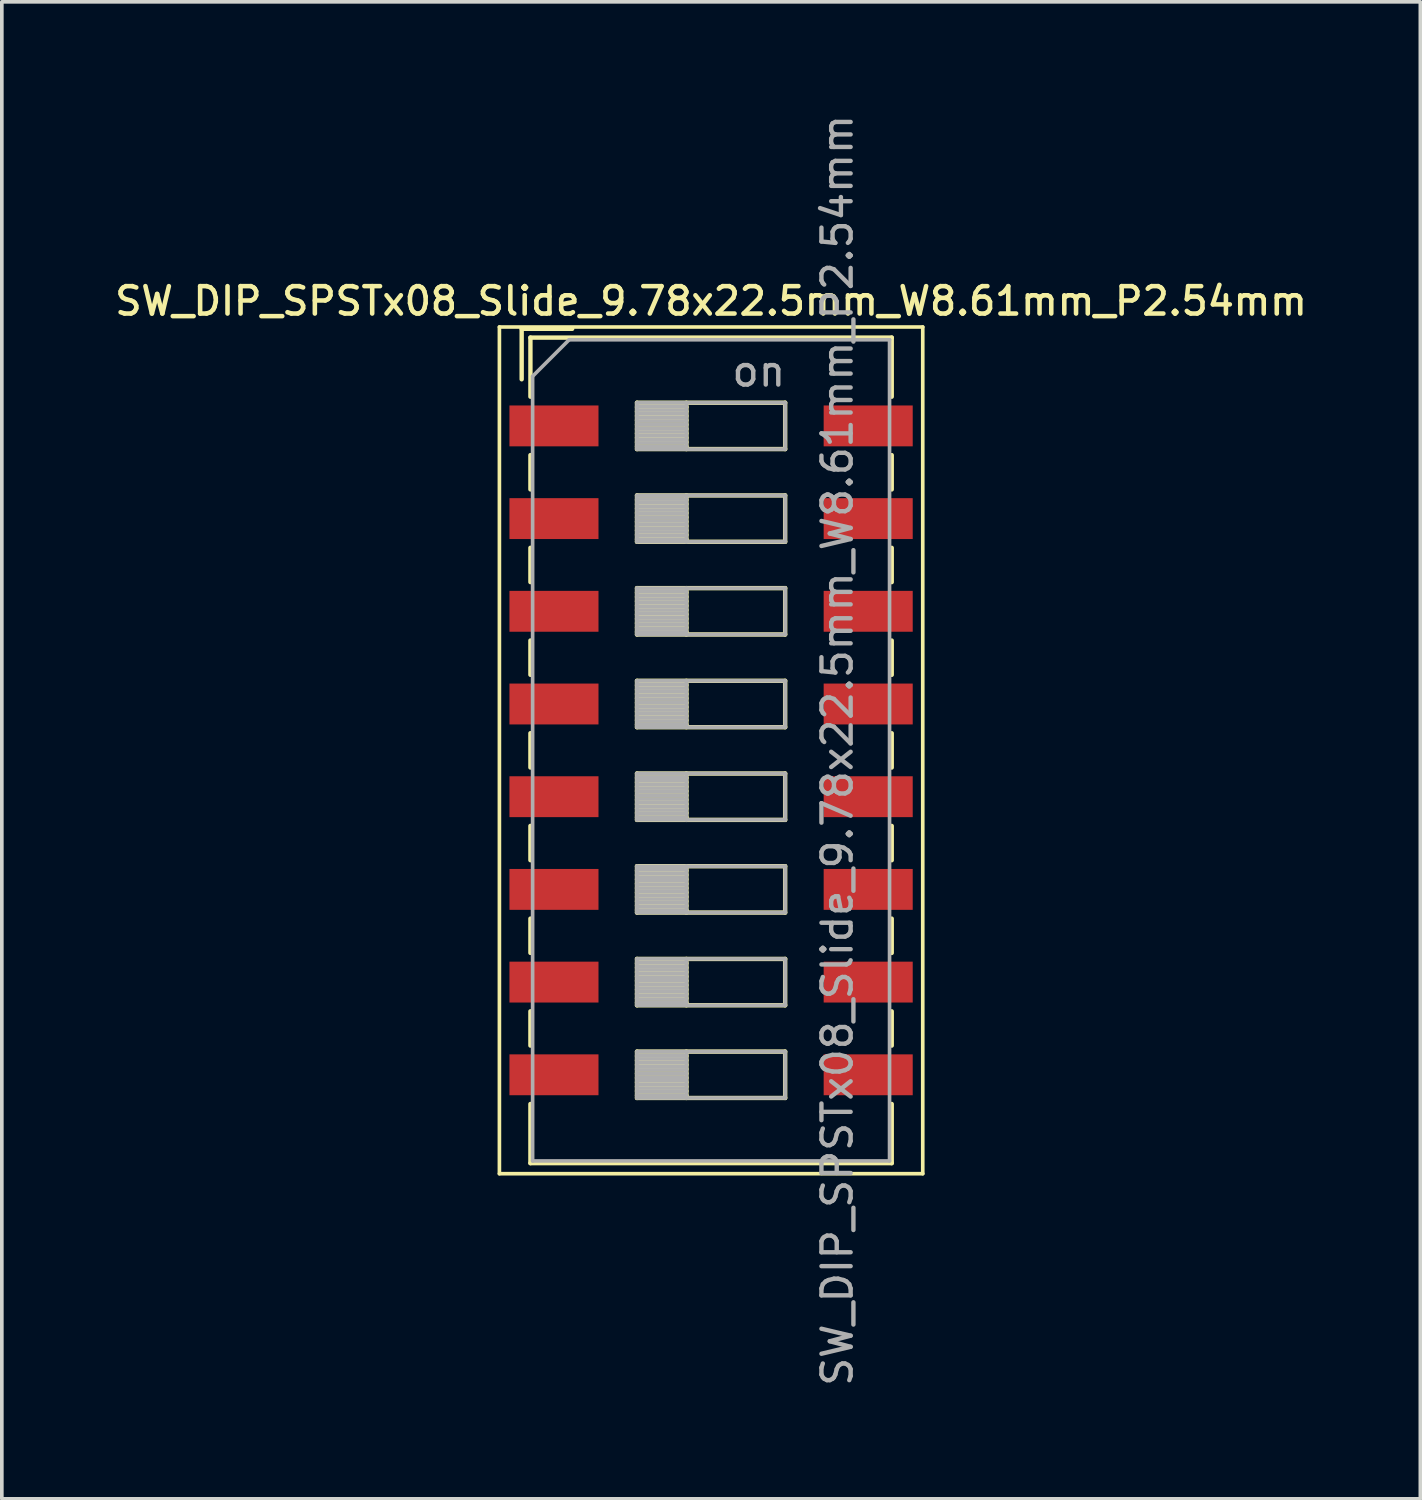
<source format=kicad_pcb>
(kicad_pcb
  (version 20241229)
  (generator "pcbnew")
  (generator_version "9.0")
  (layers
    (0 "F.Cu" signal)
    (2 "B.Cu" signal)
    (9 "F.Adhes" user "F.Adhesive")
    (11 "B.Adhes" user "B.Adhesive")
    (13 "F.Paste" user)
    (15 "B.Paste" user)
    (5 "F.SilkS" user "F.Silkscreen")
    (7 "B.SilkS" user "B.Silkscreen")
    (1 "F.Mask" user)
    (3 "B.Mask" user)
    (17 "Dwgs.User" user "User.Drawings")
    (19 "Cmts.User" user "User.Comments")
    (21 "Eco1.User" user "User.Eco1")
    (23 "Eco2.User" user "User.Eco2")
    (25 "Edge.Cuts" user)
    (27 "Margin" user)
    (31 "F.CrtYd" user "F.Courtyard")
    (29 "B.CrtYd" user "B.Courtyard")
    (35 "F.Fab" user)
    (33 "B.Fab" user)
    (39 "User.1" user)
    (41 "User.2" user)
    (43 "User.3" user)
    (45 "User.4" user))
  (footprint "SW_DIP_SPSTx08_Slide_9.78x22.5mm_W8.61mm_P2.54mm"
    (layer "F.Cu")
    (at 16.434 17.51)
    (property "Reference" "SW_DIP_SPSTx08_Slide_9.78x22.5mm_W8.61mm_P2.54mm" (at 0 -12.31 0) (layer "F.SilkS") (effects (font (size 0.75 0.75) (thickness 0.125))))
    (attr smd)
    (fp_line (start -5.8 -11.6) (end -5.8 11.6) (stroke (width 0.1) (type solid)) (layer "F.SilkS"))
    (fp_line (start -5.8 11.6) (end 5.8 11.6) (stroke (width 0.1) (type solid)) (layer "F.SilkS"))
    (fp_line (start -5.19 -11.55) (end -5.19 -10.167) (stroke (width 0.12) (type solid)) (layer "F.SilkS"))
    (fp_line (start -5.19 -11.55) (end -3.806 -11.55) (stroke (width 0.12) (type solid)) (layer "F.SilkS"))
    (fp_line (start -4.95 -11.31) (end -4.95 -9.69) (stroke (width 0.12) (type solid)) (layer "F.SilkS"))
    (fp_line (start -4.95 -11.31) (end 4.95 -11.31) (stroke (width 0.12) (type solid)) (layer "F.SilkS"))
    (fp_line (start -4.95 -8.09) (end -4.95 -7.15) (stroke (width 0.12) (type solid)) (layer "F.SilkS"))
    (fp_line (start -4.95 -5.55) (end -4.95 -4.61) (stroke (width 0.12) (type solid)) (layer "F.SilkS"))
    (fp_line (start -4.95 -3.01) (end -4.95 -2.07) (stroke (width 0.12) (type solid)) (layer "F.SilkS"))
    (fp_line (start -4.95 -0.47) (end -4.95 0.47) (stroke (width 0.12) (type solid)) (layer "F.SilkS"))
    (fp_line (start -4.95 2.07) (end -4.95 3.01) (stroke (width 0.12) (type solid)) (layer "F.SilkS"))
    (fp_line (start -4.95 4.61) (end -4.95 5.55) (stroke (width 0.12) (type solid)) (layer "F.SilkS"))
    (fp_line (start -4.95 7.15) (end -4.95 8.09) (stroke (width 0.12) (type solid)) (layer "F.SilkS"))
    (fp_line (start -4.95 9.69) (end -4.95 11.311) (stroke (width 0.12) (type solid)) (layer "F.SilkS"))
    (fp_line (start -4.95 11.311) (end 4.95 11.311) (stroke (width 0.12) (type solid)) (layer "F.SilkS"))
    (fp_line (start -2.03 -9.525) (end -2.03 -8.255) (stroke (width 0.12) (type solid)) (layer "F.SilkS"))
    (fp_line (start -2.03 -9.405) (end -0.677 -9.405) (stroke (width 0.12) (type solid)) (layer "F.SilkS"))
    (fp_line (start -2.03 -9.285) (end -0.677 -9.285) (stroke (width 0.12) (type solid)) (layer "F.SilkS"))
    (fp_line (start -2.03 -9.165) (end -0.677 -9.165) (stroke (width 0.12) (type solid)) (layer "F.SilkS"))
    (fp_line (start -2.03 -9.045) (end -0.677 -9.045) (stroke (width 0.12) (type solid)) (layer "F.SilkS"))
    (fp_line (start -2.03 -8.925) (end -0.677 -8.925) (stroke (width 0.12) (type solid)) (layer "F.SilkS"))
    (fp_line (start -2.03 -8.805) (end -0.677 -8.805) (stroke (width 0.12) (type solid)) (layer "F.SilkS"))
    (fp_line (start -2.03 -8.685) (end -0.677 -8.685) (stroke (width 0.12) (type solid)) (layer "F.SilkS"))
    (fp_line (start -2.03 -8.565) (end -0.677 -8.565) (stroke (width 0.12) (type solid)) (layer "F.SilkS"))
    (fp_line (start -2.03 -8.445) (end -0.677 -8.445) (stroke (width 0.12) (type solid)) (layer "F.SilkS"))
    (fp_line (start -2.03 -8.325) (end -0.677 -8.325) (stroke (width 0.12) (type solid)) (layer "F.SilkS"))
    (fp_line (start -2.03 -8.255) (end 2.03 -8.255) (stroke (width 0.12) (type solid)) (layer "F.SilkS"))
    (fp_line (start -2.03 -6.985) (end -2.03 -5.715) (stroke (width 0.12) (type solid)) (layer "F.SilkS"))
    (fp_line (start -2.03 -6.865) (end -0.677 -6.865) (stroke (width 0.12) (type solid)) (layer "F.SilkS"))
    (fp_line (start -2.03 -6.745) (end -0.677 -6.745) (stroke (width 0.12) (type solid)) (layer "F.SilkS"))
    (fp_line (start -2.03 -6.625) (end -0.677 -6.625) (stroke (width 0.12) (type solid)) (layer "F.SilkS"))
    (fp_line (start -2.03 -6.505) (end -0.677 -6.505) (stroke (width 0.12) (type solid)) (layer "F.SilkS"))
    (fp_line (start -2.03 -6.385) (end -0.677 -6.385) (stroke (width 0.12) (type solid)) (layer "F.SilkS"))
    (fp_line (start -2.03 -6.265) (end -0.677 -6.265) (stroke (width 0.12) (type solid)) (layer "F.SilkS"))
    (fp_line (start -2.03 -6.145) (end -0.677 -6.145) (stroke (width 0.12) (type solid)) (layer "F.SilkS"))
    (fp_line (start -2.03 -6.025) (end -0.677 -6.025) (stroke (width 0.12) (type solid)) (layer "F.SilkS"))
    (fp_line (start -2.03 -5.905) (end -0.677 -5.905) (stroke (width 0.12) (type solid)) (layer "F.SilkS"))
    (fp_line (start -2.03 -5.785) (end -0.677 -5.785) (stroke (width 0.12) (type solid)) (layer "F.SilkS"))
    (fp_line (start -2.03 -5.715) (end 2.03 -5.715) (stroke (width 0.12) (type solid)) (layer "F.SilkS"))
    (fp_line (start -2.03 -4.445) (end -2.03 -3.175) (stroke (width 0.12) (type solid)) (layer "F.SilkS"))
    (fp_line (start -2.03 -4.325) (end -0.677 -4.325) (stroke (width 0.12) (type solid)) (layer "F.SilkS"))
    (fp_line (start -2.03 -4.205) (end -0.677 -4.205) (stroke (width 0.12) (type solid)) (layer "F.SilkS"))
    (fp_line (start -2.03 -4.085) (end -0.677 -4.085) (stroke (width 0.12) (type solid)) (layer "F.SilkS"))
    (fp_line (start -2.03 -3.965) (end -0.677 -3.965) (stroke (width 0.12) (type solid)) (layer "F.SilkS"))
    (fp_line (start -2.03 -3.845) (end -0.677 -3.845) (stroke (width 0.12) (type solid)) (layer "F.SilkS"))
    (fp_line (start -2.03 -3.725) (end -0.677 -3.725) (stroke (width 0.12) (type solid)) (layer "F.SilkS"))
    (fp_line (start -2.03 -3.605) (end -0.677 -3.605) (stroke (width 0.12) (type solid)) (layer "F.SilkS"))
    (fp_line (start -2.03 -3.485) (end -0.677 -3.485) (stroke (width 0.12) (type solid)) (layer "F.SilkS"))
    (fp_line (start -2.03 -3.365) (end -0.677 -3.365) (stroke (width 0.12) (type solid)) (layer "F.SilkS"))
    (fp_line (start -2.03 -3.245) (end -0.677 -3.245) (stroke (width 0.12) (type solid)) (layer "F.SilkS"))
    (fp_line (start -2.03 -3.175) (end 2.03 -3.175) (stroke (width 0.12) (type solid)) (layer "F.SilkS"))
    (fp_line (start -2.03 -1.905) (end -2.03 -0.635) (stroke (width 0.12) (type solid)) (layer "F.SilkS"))
    (fp_line (start -2.03 -1.785) (end -0.677 -1.785) (stroke (width 0.12) (type solid)) (layer "F.SilkS"))
    (fp_line (start -2.03 -1.665) (end -0.677 -1.665) (stroke (width 0.12) (type solid)) (layer "F.SilkS"))
    (fp_line (start -2.03 -1.545) (end -0.677 -1.545) (stroke (width 0.12) (type solid)) (layer "F.SilkS"))
    (fp_line (start -2.03 -1.425) (end -0.677 -1.425) (stroke (width 0.12) (type solid)) (layer "F.SilkS"))
    (fp_line (start -2.03 -1.305) (end -0.677 -1.305) (stroke (width 0.12) (type solid)) (layer "F.SilkS"))
    (fp_line (start -2.03 -1.185) (end -0.677 -1.185) (stroke (width 0.12) (type solid)) (layer "F.SilkS"))
    (fp_line (start -2.03 -1.065) (end -0.677 -1.065) (stroke (width 0.12) (type solid)) (layer "F.SilkS"))
    (fp_line (start -2.03 -0.945) (end -0.677 -0.945) (stroke (width 0.12) (type solid)) (layer "F.SilkS"))
    (fp_line (start -2.03 -0.825) (end -0.677 -0.825) (stroke (width 0.12) (type solid)) (layer "F.SilkS"))
    (fp_line (start -2.03 -0.705) (end -0.677 -0.705) (stroke (width 0.12) (type solid)) (layer "F.SilkS"))
    (fp_line (start -2.03 -0.635) (end 2.03 -0.635) (stroke (width 0.12) (type solid)) (layer "F.SilkS"))
    (fp_line (start -2.03 0.635) (end -2.03 1.905) (stroke (width 0.12) (type solid)) (layer "F.SilkS"))
    (fp_line (start -2.03 0.755) (end -0.677 0.755) (stroke (width 0.12) (type solid)) (layer "F.SilkS"))
    (fp_line (start -2.03 0.875) (end -0.677 0.875) (stroke (width 0.12) (type solid)) (layer "F.SilkS"))
    (fp_line (start -2.03 0.995) (end -0.677 0.995) (stroke (width 0.12) (type solid)) (layer "F.SilkS"))
    (fp_line (start -2.03 1.115) (end -0.677 1.115) (stroke (width 0.12) (type solid)) (layer "F.SilkS"))
    (fp_line (start -2.03 1.235) (end -0.677 1.235) (stroke (width 0.12) (type solid)) (layer "F.SilkS"))
    (fp_line (start -2.03 1.355) (end -0.677 1.355) (stroke (width 0.12) (type solid)) (layer "F.SilkS"))
    (fp_line (start -2.03 1.475) (end -0.677 1.475) (stroke (width 0.12) (type solid)) (layer "F.SilkS"))
    (fp_line (start -2.03 1.595) (end -0.677 1.595) (stroke (width 0.12) (type solid)) (layer "F.SilkS"))
    (fp_line (start -2.03 1.715) (end -0.677 1.715) (stroke (width 0.12) (type solid)) (layer "F.SilkS"))
    (fp_line (start -2.03 1.835) (end -0.677 1.835) (stroke (width 0.12) (type solid)) (layer "F.SilkS"))
    (fp_line (start -2.03 1.905) (end 2.03 1.905) (stroke (width 0.12) (type solid)) (layer "F.SilkS"))
    (fp_line (start -2.03 3.175) (end -2.03 4.445) (stroke (width 0.12) (type solid)) (layer "F.SilkS"))
    (fp_line (start -2.03 3.295) (end -0.677 3.295) (stroke (width 0.12) (type solid)) (layer "F.SilkS"))
    (fp_line (start -2.03 3.415) (end -0.677 3.415) (stroke (width 0.12) (type solid)) (layer "F.SilkS"))
    (fp_line (start -2.03 3.535) (end -0.677 3.535) (stroke (width 0.12) (type solid)) (layer "F.SilkS"))
    (fp_line (start -2.03 3.655) (end -0.677 3.655) (stroke (width 0.12) (type solid)) (layer "F.SilkS"))
    (fp_line (start -2.03 3.775) (end -0.677 3.775) (stroke (width 0.12) (type solid)) (layer "F.SilkS"))
    (fp_line (start -2.03 3.895) (end -0.677 3.895) (stroke (width 0.12) (type solid)) (layer "F.SilkS"))
    (fp_line (start -2.03 4.015) (end -0.677 4.015) (stroke (width 0.12) (type solid)) (layer "F.SilkS"))
    (fp_line (start -2.03 4.135) (end -0.677 4.135) (stroke (width 0.12) (type solid)) (layer "F.SilkS"))
    (fp_line (start -2.03 4.255) (end -0.677 4.255) (stroke (width 0.12) (type solid)) (layer "F.SilkS"))
    (fp_line (start -2.03 4.375) (end -0.677 4.375) (stroke (width 0.12) (type solid)) (layer "F.SilkS"))
    (fp_line (start -2.03 4.445) (end 2.03 4.445) (stroke (width 0.12) (type solid)) (layer "F.SilkS"))
    (fp_line (start -2.03 5.715) (end -2.03 6.985) (stroke (width 0.12) (type solid)) (layer "F.SilkS"))
    (fp_line (start -2.03 5.835) (end -0.677 5.835) (stroke (width 0.12) (type solid)) (layer "F.SilkS"))
    (fp_line (start -2.03 5.955) (end -0.677 5.955) (stroke (width 0.12) (type solid)) (layer "F.SilkS"))
    (fp_line (start -2.03 6.075) (end -0.677 6.075) (stroke (width 0.12) (type solid)) (layer "F.SilkS"))
    (fp_line (start -2.03 6.195) (end -0.677 6.195) (stroke (width 0.12) (type solid)) (layer "F.SilkS"))
    (fp_line (start -2.03 6.315) (end -0.677 6.315) (stroke (width 0.12) (type solid)) (layer "F.SilkS"))
    (fp_line (start -2.03 6.435) (end -0.677 6.435) (stroke (width 0.12) (type solid)) (layer "F.SilkS"))
    (fp_line (start -2.03 6.555) (end -0.677 6.555) (stroke (width 0.12) (type solid)) (layer "F.SilkS"))
    (fp_line (start -2.03 6.675) (end -0.677 6.675) (stroke (width 0.12) (type solid)) (layer "F.SilkS"))
    (fp_line (start -2.03 6.795) (end -0.677 6.795) (stroke (width 0.12) (type solid)) (layer "F.SilkS"))
    (fp_line (start -2.03 6.915) (end -0.677 6.915) (stroke (width 0.12) (type solid)) (layer "F.SilkS"))
    (fp_line (start -2.03 6.985) (end 2.03 6.985) (stroke (width 0.12) (type solid)) (layer "F.SilkS"))
    (fp_line (start -2.03 8.255) (end -2.03 9.525) (stroke (width 0.12) (type solid)) (layer "F.SilkS"))
    (fp_line (start -2.03 8.375) (end -0.677 8.375) (stroke (width 0.12) (type solid)) (layer "F.SilkS"))
    (fp_line (start -2.03 8.495) (end -0.677 8.495) (stroke (width 0.12) (type solid)) (layer "F.SilkS"))
    (fp_line (start -2.03 8.615) (end -0.677 8.615) (stroke (width 0.12) (type solid)) (layer "F.SilkS"))
    (fp_line (start -2.03 8.735) (end -0.677 8.735) (stroke (width 0.12) (type solid)) (layer "F.SilkS"))
    (fp_line (start -2.03 8.855) (end -0.677 8.855) (stroke (width 0.12) (type solid)) (layer "F.SilkS"))
    (fp_line (start -2.03 8.975) (end -0.677 8.975) (stroke (width 0.12) (type solid)) (layer "F.SilkS"))
    (fp_line (start -2.03 9.095) (end -0.677 9.095) (stroke (width 0.12) (type solid)) (layer "F.SilkS"))
    (fp_line (start -2.03 9.215) (end -0.677 9.215) (stroke (width 0.12) (type solid)) (layer "F.SilkS"))
    (fp_line (start -2.03 9.335) (end -0.677 9.335) (stroke (width 0.12) (type solid)) (layer "F.SilkS"))
    (fp_line (start -2.03 9.455) (end -0.677 9.455) (stroke (width 0.12) (type solid)) (layer "F.SilkS"))
    (fp_line (start -2.03 9.525) (end 2.03 9.525) (stroke (width 0.12) (type solid)) (layer "F.SilkS"))
    (fp_line (start -0.677 -9.525) (end -0.677 -8.255) (stroke (width 0.12) (type solid)) (layer "F.SilkS"))
    (fp_line (start -0.677 -6.985) (end -0.677 -5.715) (stroke (width 0.12) (type solid)) (layer "F.SilkS"))
    (fp_line (start -0.677 -4.445) (end -0.677 -3.175) (stroke (width 0.12) (type solid)) (layer "F.SilkS"))
    (fp_line (start -0.677 -1.905) (end -0.677 -0.635) (stroke (width 0.12) (type solid)) (layer "F.SilkS"))
    (fp_line (start -0.677 0.635) (end -0.677 1.905) (stroke (width 0.12) (type solid)) (layer "F.SilkS"))
    (fp_line (start -0.677 3.175) (end -0.677 4.445) (stroke (width 0.12) (type solid)) (layer "F.SilkS"))
    (fp_line (start -0.677 5.715) (end -0.677 6.985) (stroke (width 0.12) (type solid)) (layer "F.SilkS"))
    (fp_line (start -0.677 8.255) (end -0.677 9.525) (stroke (width 0.12) (type solid)) (layer "F.SilkS"))
    (fp_line (start 2.03 -9.525) (end -2.03 -9.525) (stroke (width 0.12) (type solid)) (layer "F.SilkS"))
    (fp_line (start 2.03 -8.255) (end 2.03 -9.525) (stroke (width 0.12) (type solid)) (layer "F.SilkS"))
    (fp_line (start 2.03 -6.985) (end -2.03 -6.985) (stroke (width 0.12) (type solid)) (layer "F.SilkS"))
    (fp_line (start 2.03 -5.715) (end 2.03 -6.985) (stroke (width 0.12) (type solid)) (layer "F.SilkS"))
    (fp_line (start 2.03 -4.445) (end -2.03 -4.445) (stroke (width 0.12) (type solid)) (layer "F.SilkS"))
    (fp_line (start 2.03 -3.175) (end 2.03 -4.445) (stroke (width 0.12) (type solid)) (layer "F.SilkS"))
    (fp_line (start 2.03 -1.905) (end -2.03 -1.905) (stroke (width 0.12) (type solid)) (layer "F.SilkS"))
    (fp_line (start 2.03 -0.635) (end 2.03 -1.905) (stroke (width 0.12) (type solid)) (layer "F.SilkS"))
    (fp_line (start 2.03 0.635) (end -2.03 0.635) (stroke (width 0.12) (type solid)) (layer "F.SilkS"))
    (fp_line (start 2.03 1.905) (end 2.03 0.635) (stroke (width 0.12) (type solid)) (layer "F.SilkS"))
    (fp_line (start 2.03 3.175) (end -2.03 3.175) (stroke (width 0.12) (type solid)) (layer "F.SilkS"))
    (fp_line (start 2.03 4.445) (end 2.03 3.175) (stroke (width 0.12) (type solid)) (layer "F.SilkS"))
    (fp_line (start 2.03 5.715) (end -2.03 5.715) (stroke (width 0.12) (type solid)) (layer "F.SilkS"))
    (fp_line (start 2.03 6.985) (end 2.03 5.715) (stroke (width 0.12) (type solid)) (layer "F.SilkS"))
    (fp_line (start 2.03 8.255) (end -2.03 8.255) (stroke (width 0.12) (type solid)) (layer "F.SilkS"))
    (fp_line (start 2.03 9.525) (end 2.03 8.255) (stroke (width 0.12) (type solid)) (layer "F.SilkS"))
    (fp_line (start 4.95 -11.31) (end 4.95 -9.69) (stroke (width 0.12) (type solid)) (layer "F.SilkS"))
    (fp_line (start 4.95 -8.089) (end 4.95 -7.149) (stroke (width 0.12) (type solid)) (layer "F.SilkS"))
    (fp_line (start 4.95 -5.549) (end 4.95 -4.609) (stroke (width 0.12) (type solid)) (layer "F.SilkS"))
    (fp_line (start 4.95 -3.009) (end 4.95 -2.069) (stroke (width 0.12) (type solid)) (layer "F.SilkS"))
    (fp_line (start 4.95 -0.469) (end 4.95 0.471) (stroke (width 0.12) (type solid)) (layer "F.SilkS"))
    (fp_line (start 4.95 2.071) (end 4.95 3.011) (stroke (width 0.12) (type solid)) (layer "F.SilkS"))
    (fp_line (start 4.95 4.611) (end 4.95 5.551) (stroke (width 0.12) (type solid)) (layer "F.SilkS"))
    (fp_line (start 4.95 7.151) (end 4.95 8.09) (stroke (width 0.12) (type solid)) (layer "F.SilkS"))
    (fp_line (start 4.95 9.69) (end 4.95 11.311) (stroke (width 0.12) (type solid)) (layer "F.SilkS"))
    (fp_line (start 5.8 -11.6) (end -5.8 -11.6) (stroke (width 0.1) (type solid)) (layer "F.SilkS"))
    (fp_line (start 5.8 11.6) (end 5.8 -11.6) (stroke (width 0.1) (type solid)) (layer "F.SilkS"))
    (fp_line (start -4.89 -10.25) (end -3.89 -11.25) (stroke (width 0.1) (type solid)) (layer "F.Fab"))
    (fp_line (start -4.89 11.25) (end -4.89 -10.25) (stroke (width 0.1) (type solid)) (layer "F.Fab"))
    (fp_line (start -3.89 -11.25) (end 4.89 -11.25) (stroke (width 0.1) (type solid)) (layer "F.Fab"))
    (fp_line (start -2.03 -9.525) (end -2.03 -8.255) (stroke (width 0.1) (type solid)) (layer "F.Fab"))
    (fp_line (start -2.03 -9.425) (end -0.677 -9.425) (stroke (width 0.1) (type solid)) (layer "F.Fab"))
    (fp_line (start -2.03 -9.325) (end -0.677 -9.325) (stroke (width 0.1) (type solid)) (layer "F.Fab"))
    (fp_line (start -2.03 -9.225) (end -0.677 -9.225) (stroke (width 0.1) (type solid)) (layer "F.Fab"))
    (fp_line (start -2.03 -9.125) (end -0.677 -9.125) (stroke (width 0.1) (type solid)) (layer "F.Fab"))
    (fp_line (start -2.03 -9.025) (end -0.677 -9.025) (stroke (width 0.1) (type solid)) (layer "F.Fab"))
    (fp_line (start -2.03 -8.925) (end -0.677 -8.925) (stroke (width 0.1) (type solid)) (layer "F.Fab"))
    (fp_line (start -2.03 -8.825) (end -0.677 -8.825) (stroke (width 0.1) (type solid)) (layer "F.Fab"))
    (fp_line (start -2.03 -8.725) (end -0.677 -8.725) (stroke (width 0.1) (type solid)) (layer "F.Fab"))
    (fp_line (start -2.03 -8.625) (end -0.677 -8.625) (stroke (width 0.1) (type solid)) (layer "F.Fab"))
    (fp_line (start -2.03 -8.525) (end -0.677 -8.525) (stroke (width 0.1) (type solid)) (layer "F.Fab"))
    (fp_line (start -2.03 -8.425) (end -0.677 -8.425) (stroke (width 0.1) (type solid)) (layer "F.Fab"))
    (fp_line (start -2.03 -8.325) (end -0.677 -8.325) (stroke (width 0.1) (type solid)) (layer "F.Fab"))
    (fp_line (start -2.03 -8.255) (end 2.03 -8.255) (stroke (width 0.1) (type solid)) (layer "F.Fab"))
    (fp_line (start -2.03 -6.985) (end -2.03 -5.715) (stroke (width 0.1) (type solid)) (layer "F.Fab"))
    (fp_line (start -2.03 -6.885) (end -0.677 -6.885) (stroke (width 0.1) (type solid)) (layer "F.Fab"))
    (fp_line (start -2.03 -6.785) (end -0.677 -6.785) (stroke (width 0.1) (type solid)) (layer "F.Fab"))
    (fp_line (start -2.03 -6.685) (end -0.677 -6.685) (stroke (width 0.1) (type solid)) (layer "F.Fab"))
    (fp_line (start -2.03 -6.585) (end -0.677 -6.585) (stroke (width 0.1) (type solid)) (layer "F.Fab"))
    (fp_line (start -2.03 -6.485) (end -0.677 -6.485) (stroke (width 0.1) (type solid)) (layer "F.Fab"))
    (fp_line (start -2.03 -6.385) (end -0.677 -6.385) (stroke (width 0.1) (type solid)) (layer "F.Fab"))
    (fp_line (start -2.03 -6.285) (end -0.677 -6.285) (stroke (width 0.1) (type solid)) (layer "F.Fab"))
    (fp_line (start -2.03 -6.185) (end -0.677 -6.185) (stroke (width 0.1) (type solid)) (layer "F.Fab"))
    (fp_line (start -2.03 -6.085) (end -0.677 -6.085) (stroke (width 0.1) (type solid)) (layer "F.Fab"))
    (fp_line (start -2.03 -5.985) (end -0.677 -5.985) (stroke (width 0.1) (type solid)) (layer "F.Fab"))
    (fp_line (start -2.03 -5.885) (end -0.677 -5.885) (stroke (width 0.1) (type solid)) (layer "F.Fab"))
    (fp_line (start -2.03 -5.785) (end -0.677 -5.785) (stroke (width 0.1) (type solid)) (layer "F.Fab"))
    (fp_line (start -2.03 -5.715) (end 2.03 -5.715) (stroke (width 0.1) (type solid)) (layer "F.Fab"))
    (fp_line (start -2.03 -4.445) (end -2.03 -3.175) (stroke (width 0.1) (type solid)) (layer "F.Fab"))
    (fp_line (start -2.03 -4.345) (end -0.677 -4.345) (stroke (width 0.1) (type solid)) (layer "F.Fab"))
    (fp_line (start -2.03 -4.245) (end -0.677 -4.245) (stroke (width 0.1) (type solid)) (layer "F.Fab"))
    (fp_line (start -2.03 -4.145) (end -0.677 -4.145) (stroke (width 0.1) (type solid)) (layer "F.Fab"))
    (fp_line (start -2.03 -4.045) (end -0.677 -4.045) (stroke (width 0.1) (type solid)) (layer "F.Fab"))
    (fp_line (start -2.03 -3.945) (end -0.677 -3.945) (stroke (width 0.1) (type solid)) (layer "F.Fab"))
    (fp_line (start -2.03 -3.845) (end -0.677 -3.845) (stroke (width 0.1) (type solid)) (layer "F.Fab"))
    (fp_line (start -2.03 -3.745) (end -0.677 -3.745) (stroke (width 0.1) (type solid)) (layer "F.Fab"))
    (fp_line (start -2.03 -3.645) (end -0.677 -3.645) (stroke (width 0.1) (type solid)) (layer "F.Fab"))
    (fp_line (start -2.03 -3.545) (end -0.677 -3.545) (stroke (width 0.1) (type solid)) (layer "F.Fab"))
    (fp_line (start -2.03 -3.445) (end -0.677 -3.445) (stroke (width 0.1) (type solid)) (layer "F.Fab"))
    (fp_line (start -2.03 -3.345) (end -0.677 -3.345) (stroke (width 0.1) (type solid)) (layer "F.Fab"))
    (fp_line (start -2.03 -3.245) (end -0.677 -3.245) (stroke (width 0.1) (type solid)) (layer "F.Fab"))
    (fp_line (start -2.03 -3.175) (end 2.03 -3.175) (stroke (width 0.1) (type solid)) (layer "F.Fab"))
    (fp_line (start -2.03 -1.905) (end -2.03 -0.635) (stroke (width 0.1) (type solid)) (layer "F.Fab"))
    (fp_line (start -2.03 -1.805) (end -0.677 -1.805) (stroke (width 0.1) (type solid)) (layer "F.Fab"))
    (fp_line (start -2.03 -1.705) (end -0.677 -1.705) (stroke (width 0.1) (type solid)) (layer "F.Fab"))
    (fp_line (start -2.03 -1.605) (end -0.677 -1.605) (stroke (width 0.1) (type solid)) (layer "F.Fab"))
    (fp_line (start -2.03 -1.505) (end -0.677 -1.505) (stroke (width 0.1) (type solid)) (layer "F.Fab"))
    (fp_line (start -2.03 -1.405) (end -0.677 -1.405) (stroke (width 0.1) (type solid)) (layer "F.Fab"))
    (fp_line (start -2.03 -1.305) (end -0.677 -1.305) (stroke (width 0.1) (type solid)) (layer "F.Fab"))
    (fp_line (start -2.03 -1.205) (end -0.677 -1.205) (stroke (width 0.1) (type solid)) (layer "F.Fab"))
    (fp_line (start -2.03 -1.105) (end -0.677 -1.105) (stroke (width 0.1) (type solid)) (layer "F.Fab"))
    (fp_line (start -2.03 -1.005) (end -0.677 -1.005) (stroke (width 0.1) (type solid)) (layer "F.Fab"))
    (fp_line (start -2.03 -0.905) (end -0.677 -0.905) (stroke (width 0.1) (type solid)) (layer "F.Fab"))
    (fp_line (start -2.03 -0.805) (end -0.677 -0.805) (stroke (width 0.1) (type solid)) (layer "F.Fab"))
    (fp_line (start -2.03 -0.705) (end -0.677 -0.705) (stroke (width 0.1) (type solid)) (layer "F.Fab"))
    (fp_line (start -2.03 -0.635) (end 2.03 -0.635) (stroke (width 0.1) (type solid)) (layer "F.Fab"))
    (fp_line (start -2.03 0.635) (end -2.03 1.905) (stroke (width 0.1) (type solid)) (layer "F.Fab"))
    (fp_line (start -2.03 0.735) (end -0.677 0.735) (stroke (width 0.1) (type solid)) (layer "F.Fab"))
    (fp_line (start -2.03 0.835) (end -0.677 0.835) (stroke (width 0.1) (type solid)) (layer "F.Fab"))
    (fp_line (start -2.03 0.935) (end -0.677 0.935) (stroke (width 0.1) (type solid)) (layer "F.Fab"))
    (fp_line (start -2.03 1.035) (end -0.677 1.035) (stroke (width 0.1) (type solid)) (layer "F.Fab"))
    (fp_line (start -2.03 1.135) (end -0.677 1.135) (stroke (width 0.1) (type solid)) (layer "F.Fab"))
    (fp_line (start -2.03 1.235) (end -0.677 1.235) (stroke (width 0.1) (type solid)) (layer "F.Fab"))
    (fp_line (start -2.03 1.335) (end -0.677 1.335) (stroke (width 0.1) (type solid)) (layer "F.Fab"))
    (fp_line (start -2.03 1.435) (end -0.677 1.435) (stroke (width 0.1) (type solid)) (layer "F.Fab"))
    (fp_line (start -2.03 1.535) (end -0.677 1.535) (stroke (width 0.1) (type solid)) (layer "F.Fab"))
    (fp_line (start -2.03 1.635) (end -0.677 1.635) (stroke (width 0.1) (type solid)) (layer "F.Fab"))
    (fp_line (start -2.03 1.735) (end -0.677 1.735) (stroke (width 0.1) (type solid)) (layer "F.Fab"))
    (fp_line (start -2.03 1.835) (end -0.677 1.835) (stroke (width 0.1) (type solid)) (layer "F.Fab"))
    (fp_line (start -2.03 1.905) (end 2.03 1.905) (stroke (width 0.1) (type solid)) (layer "F.Fab"))
    (fp_line (start -2.03 3.175) (end -2.03 4.445) (stroke (width 0.1) (type solid)) (layer "F.Fab"))
    (fp_line (start -2.03 3.275) (end -0.677 3.275) (stroke (width 0.1) (type solid)) (layer "F.Fab"))
    (fp_line (start -2.03 3.375) (end -0.677 3.375) (stroke (width 0.1) (type solid)) (layer "F.Fab"))
    (fp_line (start -2.03 3.475) (end -0.677 3.475) (stroke (width 0.1) (type solid)) (layer "F.Fab"))
    (fp_line (start -2.03 3.575) (end -0.677 3.575) (stroke (width 0.1) (type solid)) (layer "F.Fab"))
    (fp_line (start -2.03 3.675) (end -0.677 3.675) (stroke (width 0.1) (type solid)) (layer "F.Fab"))
    (fp_line (start -2.03 3.775) (end -0.677 3.775) (stroke (width 0.1) (type solid)) (layer "F.Fab"))
    (fp_line (start -2.03 3.875) (end -0.677 3.875) (stroke (width 0.1) (type solid)) (layer "F.Fab"))
    (fp_line (start -2.03 3.975) (end -0.677 3.975) (stroke (width 0.1) (type solid)) (layer "F.Fab"))
    (fp_line (start -2.03 4.075) (end -0.677 4.075) (stroke (width 0.1) (type solid)) (layer "F.Fab"))
    (fp_line (start -2.03 4.175) (end -0.677 4.175) (stroke (width 0.1) (type solid)) (layer "F.Fab"))
    (fp_line (start -2.03 4.275) (end -0.677 4.275) (stroke (width 0.1) (type solid)) (layer "F.Fab"))
    (fp_line (start -2.03 4.375) (end -0.677 4.375) (stroke (width 0.1) (type solid)) (layer "F.Fab"))
    (fp_line (start -2.03 4.445) (end 2.03 4.445) (stroke (width 0.1) (type solid)) (layer "F.Fab"))
    (fp_line (start -2.03 5.715) (end -2.03 6.985) (stroke (width 0.1) (type solid)) (layer "F.Fab"))
    (fp_line (start -2.03 5.815) (end -0.677 5.815) (stroke (width 0.1) (type solid)) (layer "F.Fab"))
    (fp_line (start -2.03 5.915) (end -0.677 5.915) (stroke (width 0.1) (type solid)) (layer "F.Fab"))
    (fp_line (start -2.03 6.015) (end -0.677 6.015) (stroke (width 0.1) (type solid)) (layer "F.Fab"))
    (fp_line (start -2.03 6.115) (end -0.677 6.115) (stroke (width 0.1) (type solid)) (layer "F.Fab"))
    (fp_line (start -2.03 6.215) (end -0.677 6.215) (stroke (width 0.1) (type solid)) (layer "F.Fab"))
    (fp_line (start -2.03 6.315) (end -0.677 6.315) (stroke (width 0.1) (type solid)) (layer "F.Fab"))
    (fp_line (start -2.03 6.415) (end -0.677 6.415) (stroke (width 0.1) (type solid)) (layer "F.Fab"))
    (fp_line (start -2.03 6.515) (end -0.677 6.515) (stroke (width 0.1) (type solid)) (layer "F.Fab"))
    (fp_line (start -2.03 6.615) (end -0.677 6.615) (stroke (width 0.1) (type solid)) (layer "F.Fab"))
    (fp_line (start -2.03 6.715) (end -0.677 6.715) (stroke (width 0.1) (type solid)) (layer "F.Fab"))
    (fp_line (start -2.03 6.815) (end -0.677 6.815) (stroke (width 0.1) (type solid)) (layer "F.Fab"))
    (fp_line (start -2.03 6.915) (end -0.677 6.915) (stroke (width 0.1) (type solid)) (layer "F.Fab"))
    (fp_line (start -2.03 6.985) (end 2.03 6.985) (stroke (width 0.1) (type solid)) (layer "F.Fab"))
    (fp_line (start -2.03 8.255) (end -2.03 9.525) (stroke (width 0.1) (type solid)) (layer "F.Fab"))
    (fp_line (start -2.03 8.355) (end -0.677 8.355) (stroke (width 0.1) (type solid)) (layer "F.Fab"))
    (fp_line (start -2.03 8.455) (end -0.677 8.455) (stroke (width 0.1) (type solid)) (layer "F.Fab"))
    (fp_line (start -2.03 8.555) (end -0.677 8.555) (stroke (width 0.1) (type solid)) (layer "F.Fab"))
    (fp_line (start -2.03 8.655) (end -0.677 8.655) (stroke (width 0.1) (type solid)) (layer "F.Fab"))
    (fp_line (start -2.03 8.755) (end -0.677 8.755) (stroke (width 0.1) (type solid)) (layer "F.Fab"))
    (fp_line (start -2.03 8.855) (end -0.677 8.855) (stroke (width 0.1) (type solid)) (layer "F.Fab"))
    (fp_line (start -2.03 8.955) (end -0.677 8.955) (stroke (width 0.1) (type solid)) (layer "F.Fab"))
    (fp_line (start -2.03 9.055) (end -0.677 9.055) (stroke (width 0.1) (type solid)) (layer "F.Fab"))
    (fp_line (start -2.03 9.155) (end -0.677 9.155) (stroke (width 0.1) (type solid)) (layer "F.Fab"))
    (fp_line (start -2.03 9.255) (end -0.677 9.255) (stroke (width 0.1) (type solid)) (layer "F.Fab"))
    (fp_line (start -2.03 9.355) (end -0.677 9.355) (stroke (width 0.1) (type solid)) (layer "F.Fab"))
    (fp_line (start -2.03 9.455) (end -0.677 9.455) (stroke (width 0.1) (type solid)) (layer "F.Fab"))
    (fp_line (start -2.03 9.525) (end 2.03 9.525) (stroke (width 0.1) (type solid)) (layer "F.Fab"))
    (fp_line (start -0.677 -9.525) (end -0.677 -8.255) (stroke (width 0.1) (type solid)) (layer "F.Fab"))
    (fp_line (start -0.677 -6.985) (end -0.677 -5.715) (stroke (width 0.1) (type solid)) (layer "F.Fab"))
    (fp_line (start -0.677 -4.445) (end -0.677 -3.175) (stroke (width 0.1) (type solid)) (layer "F.Fab"))
    (fp_line (start -0.677 -1.905) (end -0.677 -0.635) (stroke (width 0.1) (type solid)) (layer "F.Fab"))
    (fp_line (start -0.677 0.635) (end -0.677 1.905) (stroke (width 0.1) (type solid)) (layer "F.Fab"))
    (fp_line (start -0.677 3.175) (end -0.677 4.445) (stroke (width 0.1) (type solid)) (layer "F.Fab"))
    (fp_line (start -0.677 5.715) (end -0.677 6.985) (stroke (width 0.1) (type solid)) (layer "F.Fab"))
    (fp_line (start -0.677 8.255) (end -0.677 9.525) (stroke (width 0.1) (type solid)) (layer "F.Fab"))
    (fp_line (start 2.03 -9.525) (end -2.03 -9.525) (stroke (width 0.1) (type solid)) (layer "F.Fab"))
    (fp_line (start 2.03 -8.255) (end 2.03 -9.525) (stroke (width 0.1) (type solid)) (layer "F.Fab"))
    (fp_line (start 2.03 -6.985) (end -2.03 -6.985) (stroke (width 0.1) (type solid)) (layer "F.Fab"))
    (fp_line (start 2.03 -5.715) (end 2.03 -6.985) (stroke (width 0.1) (type solid)) (layer "F.Fab"))
    (fp_line (start 2.03 -4.445) (end -2.03 -4.445) (stroke (width 0.1) (type solid)) (layer "F.Fab"))
    (fp_line (start 2.03 -3.175) (end 2.03 -4.445) (stroke (width 0.1) (type solid)) (layer "F.Fab"))
    (fp_line (start 2.03 -1.905) (end -2.03 -1.905) (stroke (width 0.1) (type solid)) (layer "F.Fab"))
    (fp_line (start 2.03 -0.635) (end 2.03 -1.905) (stroke (width 0.1) (type solid)) (layer "F.Fab"))
    (fp_line (start 2.03 0.635) (end -2.03 0.635) (stroke (width 0.1) (type solid)) (layer "F.Fab"))
    (fp_line (start 2.03 1.905) (end 2.03 0.635) (stroke (width 0.1) (type solid)) (layer "F.Fab"))
    (fp_line (start 2.03 3.175) (end -2.03 3.175) (stroke (width 0.1) (type solid)) (layer "F.Fab"))
    (fp_line (start 2.03 4.445) (end 2.03 3.175) (stroke (width 0.1) (type solid)) (layer "F.Fab"))
    (fp_line (start 2.03 5.715) (end -2.03 5.715) (stroke (width 0.1) (type solid)) (layer "F.Fab"))
    (fp_line (start 2.03 6.985) (end 2.03 5.715) (stroke (width 0.1) (type solid)) (layer "F.Fab"))
    (fp_line (start 2.03 8.255) (end -2.03 8.255) (stroke (width 0.1) (type solid)) (layer "F.Fab"))
    (fp_line (start 2.03 9.525) (end 2.03 8.255) (stroke (width 0.1) (type solid)) (layer "F.Fab"))
    (fp_line (start 4.89 -11.25) (end 4.89 11.25) (stroke (width 0.1) (type solid)) (layer "F.Fab"))
    (fp_line (start 4.89 11.25) (end -4.89 11.25) (stroke (width 0.1) (type solid)) (layer "F.Fab"))
    (fp_text user "on" (at 1.308 -10.387 0) (layer "F.Fab") (effects (font (size 0.8 0.8) (thickness 0.12))))
    (fp_text user "${REFERENCE}" (at 3.46 0 90) (layer "F.Fab") (effects (font (size 0.8 0.8) (thickness 0.12))))
    (pad "1" smd rect (at -4.305 -8.89) (size 2.44 1.12) (layers "F.Cu" "F.Mask" "F.Paste"))
    (pad "2" smd rect (at -4.305 -6.35) (size 2.44 1.12) (layers "F.Cu" "F.Mask" "F.Paste"))
    (pad "3" smd rect (at -4.305 -3.81) (size 2.44 1.12) (layers "F.Cu" "F.Mask" "F.Paste"))
    (pad "4" smd rect (at -4.305 -1.27) (size 2.44 1.12) (layers "F.Cu" "F.Mask" "F.Paste"))
    (pad "5" smd rect (at -4.305 1.27) (size 2.44 1.12) (layers "F.Cu" "F.Mask" "F.Paste"))
    (pad "6" smd rect (at -4.305 3.81) (size 2.44 1.12) (layers "F.Cu" "F.Mask" "F.Paste"))
    (pad "7" smd rect (at -4.305 6.35) (size 2.44 1.12) (layers "F.Cu" "F.Mask" "F.Paste"))
    (pad "8" smd rect (at -4.305 8.89) (size 2.44 1.12) (layers "F.Cu" "F.Mask" "F.Paste"))
    (pad "9" smd rect (at 4.305 8.89) (size 2.44 1.12) (layers "F.Cu" "F.Mask" "F.Paste"))
    (pad "10" smd rect (at 4.305 6.35) (size 2.44 1.12) (layers "F.Cu" "F.Mask" "F.Paste"))
    (pad "11" smd rect (at 4.305 3.81) (size 2.44 1.12) (layers "F.Cu" "F.Mask" "F.Paste"))
    (pad "12" smd rect (at 4.305 1.27) (size 2.44 1.12) (layers "F.Cu" "F.Mask" "F.Paste"))
    (pad "13" smd rect (at 4.305 -1.27) (size 2.44 1.12) (layers "F.Cu" "F.Mask" "F.Paste"))
    (pad "14" smd rect (at 4.305 -3.81) (size 2.44 1.12) (layers "F.Cu" "F.Mask" "F.Paste"))
    (pad "15" smd rect (at 4.305 -6.35) (size 2.44 1.12) (layers "F.Cu" "F.Mask" "F.Paste"))
    (pad "16" smd rect (at 4.305 -8.89) (size 2.44 1.12) (layers "F.Cu" "F.Mask" "F.Paste")))
  (gr_rect
    (start -3 -3)
    (end 35.868 38.019)
    (stroke (width 0.1) (type default))
    (fill no)
    (layer "Edge.Cuts")))
</source>
